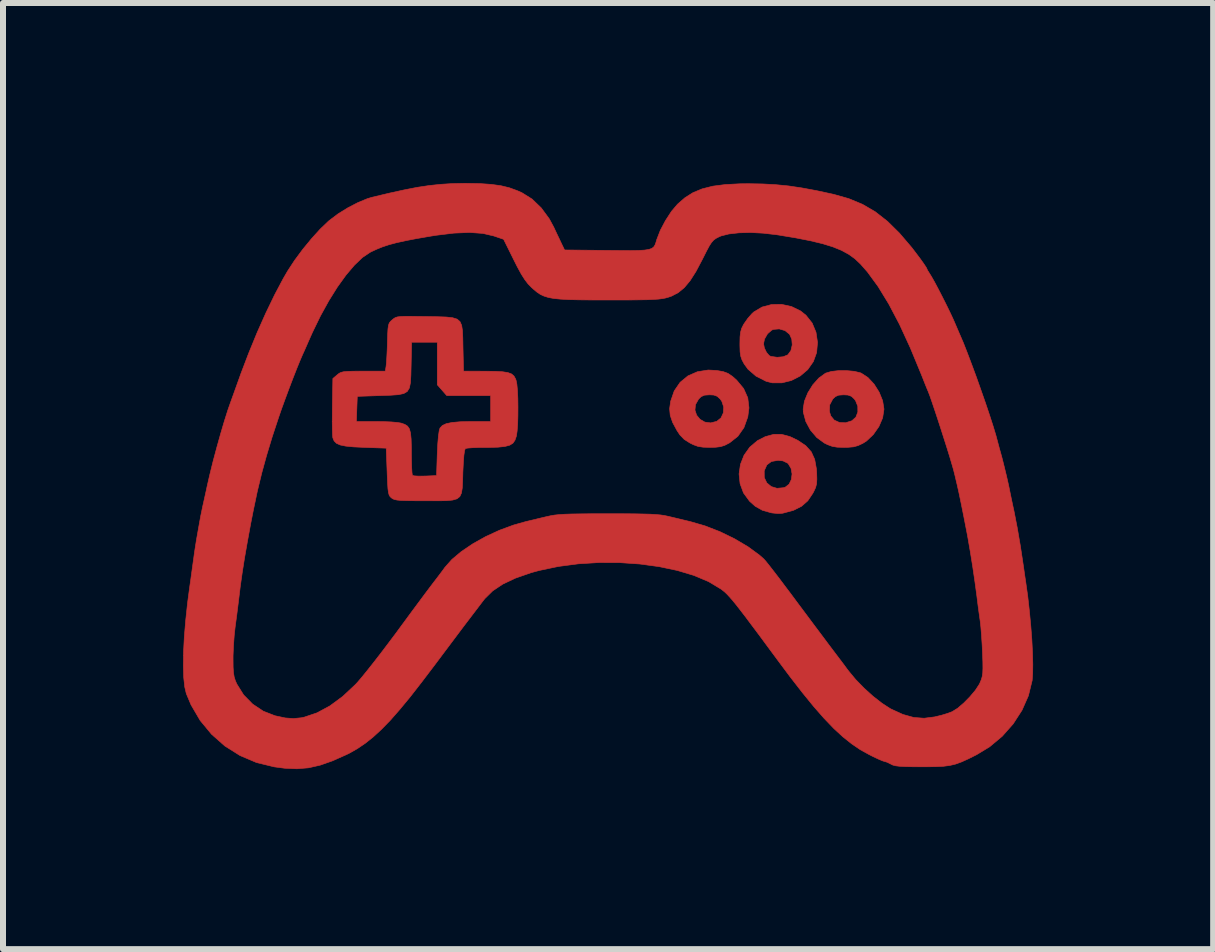
<source format=kicad_pcb>
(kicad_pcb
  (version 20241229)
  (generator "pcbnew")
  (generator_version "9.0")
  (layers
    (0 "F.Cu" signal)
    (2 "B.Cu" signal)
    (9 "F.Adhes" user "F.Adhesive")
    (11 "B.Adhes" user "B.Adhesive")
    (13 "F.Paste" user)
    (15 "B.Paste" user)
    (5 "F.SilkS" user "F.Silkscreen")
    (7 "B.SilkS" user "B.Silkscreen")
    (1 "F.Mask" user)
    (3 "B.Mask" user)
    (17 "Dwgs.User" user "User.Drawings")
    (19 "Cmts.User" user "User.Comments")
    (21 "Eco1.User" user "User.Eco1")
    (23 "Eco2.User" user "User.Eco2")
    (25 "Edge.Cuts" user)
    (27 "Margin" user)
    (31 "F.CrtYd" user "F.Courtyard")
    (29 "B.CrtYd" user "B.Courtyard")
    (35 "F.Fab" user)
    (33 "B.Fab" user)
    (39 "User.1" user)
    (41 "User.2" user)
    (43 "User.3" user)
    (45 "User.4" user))
  (footprint "controller"
    (layer "F.Cu")
    (at 7.081 4.887)
    (property "Reference" "controller" (at 0 0 0) (layer "F.Mask") (effects (font (size 1.524 1.524) (thickness 0.3))))
    (attr through_hole)
    (fp_poly (pts (xy 1.813 -1.764) (xy 1.919 -1.745) (xy 1.998 -1.716) (xy 2.072 -1.666) (xy 2.142 -1.604) (xy 2.259 -1.463) (xy 2.328 -1.309) (xy 2.348 -1.141) (xy 2.328 -0.99) (xy 2.264 -0.812) (xy 2.163 -0.668) (xy 2.025 -0.559) (xy 2.021 -0.557) (xy 1.944 -0.517) (xy 1.874 -0.495) (xy 1.791 -0.485) (xy 1.698 -0.483) (xy 1.585 -0.486) (xy 1.5 -0.499) (xy 1.423 -0.527) (xy 1.368 -0.554) (xy 1.27 -0.615) (xy 1.197 -0.691) (xy 1.149 -0.763) (xy 1.076 -0.899) (xy 1.036 -1.016) (xy 1.028 -1.104) (xy 1.448 -1.104) (xy 1.476 -1.019) (xy 1.533 -0.95) (xy 1.613 -0.904) (xy 1.71 -0.891) (xy 1.812 -0.917) (xy 1.882 -0.974) (xy 1.921 -1.058) (xy 1.927 -1.155) (xy 1.896 -1.249) (xy 1.869 -1.288) (xy 1.819 -1.334) (xy 1.762 -1.355) (xy 1.689 -1.359) (xy 1.607 -1.353) (xy 1.552 -1.329) (xy 1.509 -1.288) (xy 1.457 -1.196) (xy 1.448 -1.104) (xy 1.028 -1.104) (xy 1.026 -1.128) (xy 1.043 -1.251) (xy 1.103 -1.424) (xy 1.201 -1.567) (xy 1.331 -1.674) (xy 1.488 -1.743) (xy 1.669 -1.772) (xy 1.813 -1.764)) (stroke (width 0.01) (type solid)) (fill yes) (layer "F.Cu"))
    (fp_poly (pts (xy 3.03 -0.663) (xy 3.16 -0.601) (xy 3.293 -0.512) (xy 3.386 -0.409) (xy 3.443 -0.283) (xy 3.472 -0.123) (xy 3.476 -0.061) (xy 3.479 0.048) (xy 3.474 0.125) (xy 3.458 0.187) (xy 3.428 0.252) (xy 3.412 0.282) (xy 3.328 0.407) (xy 3.223 0.499) (xy 3.089 0.566) (xy 2.915 0.613) (xy 2.896 0.616) (xy 2.831 0.619) (xy 2.746 0.611) (xy 2.719 0.607) (xy 2.571 0.565) (xy 2.452 0.498) (xy 2.358 0.414) (xy 2.257 0.276) (xy 2.2 0.122) (xy 2.183 -0.04) (xy 2.19 -0.088) (xy 2.602 -0.088) (xy 2.603 0.02) (xy 2.645 0.108) (xy 2.719 0.17) (xy 2.815 0.199) (xy 2.925 0.189) (xy 2.953 0.18) (xy 3.016 0.131) (xy 3.054 0.053) (xy 3.066 -0.04) (xy 3.049 -0.133) (xy 3.003 -0.21) (xy 2.994 -0.219) (xy 2.915 -0.258) (xy 2.832 -0.267) (xy 2.722 -0.248) (xy 2.646 -0.191) (xy 2.604 -0.097) (xy 2.602 -0.088) (xy 2.19 -0.088) (xy 2.206 -0.2) (xy 2.266 -0.352) (xy 2.361 -0.486) (xy 2.489 -0.595) (xy 2.62 -0.662) (xy 2.76 -0.7) (xy 2.892 -0.7) (xy 3.03 -0.663)) (stroke (width 0.01) (type solid)) (fill yes) (layer "F.Cu"))
    (fp_poly (pts (xy 3.056 -2.83) (xy 3.208 -2.756) (xy 3.298 -2.684) (xy 3.401 -2.554) (xy 3.465 -2.4) (xy 3.49 -2.232) (xy 3.475 -2.062) (xy 3.421 -1.913) (xy 3.327 -1.779) (xy 3.201 -1.672) (xy 3.054 -1.597) (xy 2.896 -1.558) (xy 2.737 -1.558) (xy 2.634 -1.584) (xy 2.465 -1.67) (xy 2.332 -1.785) (xy 2.268 -1.873) (xy 2.232 -1.94) (xy 2.211 -2.002) (xy 2.2 -2.076) (xy 2.197 -2.179) (xy 2.197 -2.21) (xy 2.591 -2.21) (xy 2.605 -2.138) (xy 2.64 -2.066) (xy 2.685 -2.013) (xy 2.711 -1.999) (xy 2.818 -1.984) (xy 2.918 -1.993) (xy 2.993 -2.024) (xy 2.997 -2.027) (xy 3.047 -2.096) (xy 3.069 -2.19) (xy 3.061 -2.287) (xy 3.024 -2.368) (xy 2.948 -2.429) (xy 2.852 -2.457) (xy 2.756 -2.449) (xy 2.726 -2.436) (xy 2.657 -2.375) (xy 2.607 -2.288) (xy 2.591 -2.21) (xy 2.197 -2.21) (xy 2.199 -2.323) (xy 2.208 -2.402) (xy 2.226 -2.466) (xy 2.258 -2.53) (xy 2.267 -2.544) (xy 2.327 -2.63) (xy 2.397 -2.71) (xy 2.427 -2.738) (xy 2.566 -2.821) (xy 2.724 -2.863) (xy 2.891 -2.866) (xy 3.056 -2.83)) (stroke (width 0.01) (type solid)) (fill yes) (layer "F.Cu"))
    (fp_poly (pts (xy 4.103 -1.75) (xy 4.206 -1.725) (xy 4.22 -1.719) (xy 4.331 -1.646) (xy 4.433 -1.536) (xy 4.517 -1.403) (xy 4.575 -1.261) (xy 4.597 -1.123) (xy 4.597 -1.117) (xy 4.575 -0.974) (xy 4.513 -0.83) (xy 4.42 -0.697) (xy 4.306 -0.589) (xy 4.246 -0.551) (xy 4.166 -0.513) (xy 4.09 -0.492) (xy 3.996 -0.484) (xy 3.931 -0.483) (xy 3.819 -0.486) (xy 3.735 -0.5) (xy 3.657 -0.529) (xy 3.604 -0.555) (xy 3.478 -0.647) (xy 3.372 -0.771) (xy 3.295 -0.914) (xy 3.255 -1.063) (xy 3.254 -1.082) (xy 3.688 -1.082) (xy 3.711 -1.007) (xy 3.769 -0.937) (xy 3.855 -0.898) (xy 3.957 -0.893) (xy 4.062 -0.926) (xy 4.062 -0.926) (xy 4.129 -0.986) (xy 4.162 -1.072) (xy 4.161 -1.169) (xy 4.124 -1.261) (xy 4.104 -1.288) (xy 4.055 -1.334) (xy 3.997 -1.355) (xy 3.924 -1.359) (xy 3.842 -1.353) (xy 3.787 -1.329) (xy 3.744 -1.288) (xy 3.693 -1.191) (xy 3.688 -1.082) (xy 3.254 -1.082) (xy 3.251 -1.121) (xy 3.272 -1.252) (xy 3.329 -1.392) (xy 3.412 -1.526) (xy 3.513 -1.639) (xy 3.622 -1.718) (xy 3.629 -1.721) (xy 3.72 -1.748) (xy 3.842 -1.762) (xy 3.976 -1.762) (xy 4.103 -1.75)) (stroke (width 0.01) (type solid)) (fill yes) (layer "F.Cu"))
    (fp_poly (pts (xy -3.137 -2.664) (xy -3.032 -2.663) (xy -2.842 -2.66) (xy -2.696 -2.655) (xy -2.589 -2.643) (xy -2.515 -2.62) (xy -2.467 -2.579) (xy -2.439 -2.516) (xy -2.425 -2.425) (xy -2.42 -2.302) (xy -2.417 -2.146) (xy -2.408 -1.753) (xy -2.048 -1.752) (xy -1.881 -1.75) (xy -1.757 -1.743) (xy -1.668 -1.729) (xy -1.607 -1.706) (xy -1.567 -1.671) (xy -1.54 -1.622) (xy -1.532 -1.6) (xy -1.519 -1.534) (xy -1.509 -1.429) (xy -1.503 -1.298) (xy -1.501 -1.153) (xy -1.502 -1.006) (xy -1.506 -0.868) (xy -1.515 -0.753) (xy -1.527 -0.673) (xy -1.528 -0.669) (xy -1.551 -0.602) (xy -1.585 -0.553) (xy -1.64 -0.519) (xy -1.72 -0.498) (xy -1.835 -0.486) (xy -1.991 -0.482) (xy -2.038 -0.482) (xy -2.16 -0.481) (xy -2.265 -0.477) (xy -2.341 -0.471) (xy -2.377 -0.463) (xy -2.378 -0.463) (xy -2.39 -0.43) (xy -2.402 -0.35) (xy -2.411 -0.229) (xy -2.419 -0.07) (xy -2.419 -0.065) (xy -2.423 0.082) (xy -2.429 0.196) (xy -2.443 0.279) (xy -2.47 0.337) (xy -2.517 0.374) (xy -2.59 0.395) (xy -2.695 0.405) (xy -2.839 0.407) (xy -3.026 0.406) (xy -3.048 0.406) (xy -3.222 0.406) (xy -3.353 0.404) (xy -3.448 0.401) (xy -3.514 0.395) (xy -3.558 0.386) (xy -3.589 0.373) (xy -3.608 0.359) (xy -3.631 0.338) (xy -3.647 0.312) (xy -3.658 0.271) (xy -3.667 0.208) (xy -3.673 0.113) (xy -3.679 -0.02) (xy -3.681 -0.079) (xy -3.696 -0.47) (xy -4.065 -0.483) (xy -4.239 -0.491) (xy -4.37 -0.504) (xy -4.463 -0.523) (xy -4.525 -0.551) (xy -4.564 -0.59) (xy -4.585 -0.641) (xy -4.586 -0.644) (xy -4.59 -0.687) (xy -4.593 -0.772) (xy -4.595 -0.89) (xy -4.595 -0.914) (xy -4.193 -0.914) (xy -3.868 -0.914) (xy -3.735 -0.912) (xy -3.612 -0.907) (xy -3.512 -0.898) (xy -3.45 -0.888) (xy -3.449 -0.888) (xy -3.386 -0.866) (xy -3.341 -0.837) (xy -3.31 -0.792) (xy -3.291 -0.723) (xy -3.281 -0.623) (xy -3.277 -0.485) (xy -3.277 -0.392) (xy -3.275 -0.262) (xy -3.272 -0.15) (xy -3.267 -0.067) (xy -3.261 -0.021) (xy -3.259 -0.016) (xy -3.226 -0.008) (xy -3.157 -0.004) (xy -3.065 -0.005) (xy -3.049 -0.005) (xy -2.857 -0.013) (xy -2.845 -0.381) (xy -2.837 -0.543) (xy -2.826 -0.672) (xy -2.813 -0.762) (xy -2.8 -0.805) (xy -2.761 -0.847) (xy -2.696 -0.878) (xy -2.599 -0.898) (xy -2.463 -0.91) (xy -2.284 -0.914) (xy -2.267 -0.914) (xy -1.956 -0.914) (xy -1.956 -1.346) (xy -2.687 -1.346) (xy -2.845 -1.526) (xy -2.845 -2.235) (xy -3.273 -2.235) (xy -3.281 -1.855) (xy -3.285 -1.687) (xy -3.292 -1.562) (xy -3.31 -1.473) (xy -3.345 -1.415) (xy -3.404 -1.38) (xy -3.494 -1.361) (xy -3.621 -1.352) (xy -3.791 -1.346) (xy -3.792 -1.346) (xy -4.178 -1.333) (xy -4.186 -1.124) (xy -4.193 -0.914) (xy -4.595 -0.914) (xy -4.594 -1.029) (xy -4.593 -1.166) (xy -4.585 -1.63) (xy -4.513 -1.691) (xy -4.483 -1.715) (xy -4.451 -1.732) (xy -4.407 -1.743) (xy -4.343 -1.749) (xy -4.25 -1.752) (xy -4.117 -1.753) (xy -4.076 -1.753) (xy -3.711 -1.753) (xy -3.698 -1.835) (xy -3.692 -1.893) (xy -3.686 -1.988) (xy -3.68 -2.107) (xy -3.676 -2.232) (xy -3.672 -2.364) (xy -3.667 -2.454) (xy -3.659 -2.514) (xy -3.646 -2.553) (xy -3.625 -2.582) (xy -3.595 -2.609) (xy -3.569 -2.63) (xy -3.543 -2.646) (xy -3.508 -2.657) (xy -3.458 -2.663) (xy -3.385 -2.666) (xy -3.28 -2.666) (xy -3.137 -2.664)) (stroke (width 0.01) (type solid)) (fill yes) (layer "F.Cu"))
    (fp_poly (pts (xy -2.134 -4.878) (xy -1.946 -4.865) (xy -1.787 -4.843) (xy -1.646 -4.809) (xy -1.514 -4.761) (xy -1.435 -4.726) (xy -1.267 -4.621) (xy -1.113 -4.473) (xy -0.98 -4.292) (xy -0.905 -4.153) (xy -0.856 -4.048) (xy -0.809 -3.95) (xy -0.774 -3.875) (xy -0.767 -3.861) (xy -0.724 -3.772) (xy -0.015 -3.765) (xy 0.203 -3.763) (xy 0.376 -3.762) (xy 0.509 -3.764) (xy 0.608 -3.77) (xy 0.68 -3.781) (xy 0.729 -3.798) (xy 0.761 -3.822) (xy 0.782 -3.855) (xy 0.798 -3.898) (xy 0.811 -3.944) (xy 0.871 -4.099) (xy 0.957 -4.262) (xy 1.057 -4.416) (xy 1.159 -4.536) (xy 1.282 -4.643) (xy 1.415 -4.727) (xy 1.567 -4.79) (xy 1.744 -4.835) (xy 1.953 -4.862) (xy 2.201 -4.875) (xy 2.345 -4.876) (xy 2.579 -4.872) (xy 2.795 -4.86) (xy 3.008 -4.839) (xy 3.229 -4.806) (xy 3.472 -4.761) (xy 3.75 -4.701) (xy 3.759 -4.699) (xy 4.01 -4.628) (xy 4.239 -4.533) (xy 4.452 -4.409) (xy 4.655 -4.25) (xy 4.855 -4.053) (xy 5.059 -3.814) (xy 5.133 -3.717) (xy 5.203 -3.624) (xy 5.259 -3.545) (xy 5.296 -3.49) (xy 5.309 -3.467) (xy 5.322 -3.436) (xy 5.354 -3.385) (xy 5.356 -3.382) (xy 5.39 -3.327) (xy 5.441 -3.237) (xy 5.502 -3.122) (xy 5.568 -2.994) (xy 5.634 -2.863) (xy 5.694 -2.74) (xy 5.743 -2.636) (xy 5.763 -2.591) (xy 5.805 -2.493) (xy 5.847 -2.395) (xy 5.867 -2.349) (xy 5.922 -2.221) (xy 5.987 -2.055) (xy 6.06 -1.862) (xy 6.138 -1.651) (xy 6.215 -1.433) (xy 6.29 -1.219) (xy 6.357 -1.019) (xy 6.414 -0.843) (xy 6.457 -0.701) (xy 6.465 -0.673) (xy 6.487 -0.591) (xy 6.517 -0.478) (xy 6.551 -0.356) (xy 6.565 -0.305) (xy 6.601 -0.162) (xy 6.64 -0.001) (xy 6.674 0.149) (xy 6.68 0.178) (xy 6.707 0.312) (xy 6.737 0.455) (xy 6.764 0.58) (xy 6.77 0.61) (xy 6.818 0.857) (xy 6.869 1.154) (xy 6.908 1.41) (xy 6.926 1.532) (xy 6.944 1.659) (xy 6.96 1.764) (xy 6.96 1.765) (xy 6.993 2) (xy 7.02 2.242) (xy 7.043 2.485) (xy 7.061 2.719) (xy 7.072 2.936) (xy 7.077 3.129) (xy 7.075 3.288) (xy 7.066 3.405) (xy 7.065 3.406) (xy 7.004 3.655) (xy 6.897 3.897) (xy 6.75 4.124) (xy 6.568 4.33) (xy 6.356 4.507) (xy 6.14 4.638) (xy 6.002 4.707) (xy 5.889 4.758) (xy 5.79 4.794) (xy 5.693 4.817) (xy 5.584 4.831) (xy 5.453 4.837) (xy 5.286 4.839) (xy 5.232 4.839) (xy 5.066 4.838) (xy 4.942 4.835) (xy 4.852 4.83) (xy 4.789 4.822) (xy 4.744 4.81) (xy 4.712 4.794) (xy 4.652 4.764) (xy 4.608 4.75) (xy 4.605 4.75) (xy 4.571 4.739) (xy 4.503 4.71) (xy 4.412 4.667) (xy 4.351 4.636) (xy 4.204 4.555) (xy 4.06 4.457) (xy 3.913 4.34) (xy 3.761 4.2) (xy 3.601 4.033) (xy 3.428 3.836) (xy 3.239 3.604) (xy 3.031 3.336) (xy 2.854 3.099) (xy 2.674 2.856) (xy 2.522 2.65) (xy 2.393 2.478) (xy 2.287 2.336) (xy 2.199 2.222) (xy 2.127 2.13) (xy 2.068 2.058) (xy 2.019 2.003) (xy 1.978 1.959) (xy 1.942 1.925) (xy 1.907 1.897) (xy 1.879 1.876) (xy 1.676 1.754) (xy 1.432 1.651) (xy 1.155 1.568) (xy 0.851 1.504) (xy 0.527 1.46) (xy 0.19 1.437) (xy -0.152 1.436) (xy -0.494 1.457) (xy -0.828 1.501) (xy -1.147 1.568) (xy -1.282 1.605) (xy -1.541 1.695) (xy -1.753 1.795) (xy -1.922 1.908) (xy -2.052 2.036) (xy -2.07 2.058) (xy -2.408 2.502) (xy -2.726 2.926) (xy -2.884 3.137) (xy -3.102 3.424) (xy -3.295 3.672) (xy -3.47 3.884) (xy -3.628 4.064) (xy -3.775 4.215) (xy -3.913 4.342) (xy -4.046 4.448) (xy -4.177 4.537) (xy -4.311 4.613) (xy -4.356 4.635) (xy -4.589 4.739) (xy -4.797 4.812) (xy -4.991 4.856) (xy -5.184 4.872) (xy -5.389 4.863) (xy -5.563 4.84) (xy -5.858 4.768) (xy -6.133 4.651) (xy -6.384 4.493) (xy -6.606 4.297) (xy -6.796 4.067) (xy -6.948 3.807) (xy -7.027 3.619) (xy -7.053 3.508) (xy -7.07 3.352) (xy -7.076 3.157) (xy -7.074 3.048) (xy -6.248 3.048) (xy -6.247 3.178) (xy -6.241 3.271) (xy -6.229 3.343) (xy -6.209 3.406) (xy -6.184 3.462) (xy -6.072 3.641) (xy -5.922 3.794) (xy -5.743 3.913) (xy -5.545 3.99) (xy -5.541 3.99) (xy -5.379 4.025) (xy -5.242 4.035) (xy -5.109 4.022) (xy -5.059 4.011) (xy -4.849 3.94) (xy -4.634 3.824) (xy -4.42 3.666) (xy -4.212 3.471) (xy -4.171 3.427) (xy -4.107 3.352) (xy -4.019 3.244) (xy -3.912 3.109) (xy -3.793 2.956) (xy -3.668 2.791) (xy -3.541 2.622) (xy -3.42 2.457) (xy -3.416 2.452) (xy -3.333 2.339) (xy -3.241 2.214) (xy -3.145 2.085) (xy -3.053 1.961) (xy -2.969 1.849) (xy -2.9 1.758) (xy -2.852 1.696) (xy -2.837 1.676) (xy -2.806 1.635) (xy -2.757 1.57) (xy -2.718 1.516) (xy -2.602 1.385) (xy -2.445 1.253) (xy -2.254 1.124) (xy -2.04 1.004) (xy -1.81 0.898) (xy -1.574 0.811) (xy -1.372 0.754) (xy -1.258 0.727) (xy -1.126 0.695) (xy -1.016 0.669) (xy -0.956 0.656) (xy -0.892 0.645) (xy -0.816 0.637) (xy -0.724 0.631) (xy -0.607 0.627) (xy -0.461 0.625) (xy -0.278 0.623) (xy -0.052 0.623) (xy 0 0.623) (xy 0.236 0.623) (xy 0.427 0.624) (xy 0.58 0.627) (xy 0.702 0.63) (xy 0.799 0.636) (xy 0.877 0.643) (xy 0.943 0.653) (xy 1.004 0.666) (xy 1.016 0.669) (xy 1.139 0.698) (xy 1.271 0.73) (xy 1.372 0.754) (xy 1.616 0.825) (xy 1.866 0.922) (xy 2.108 1.04) (xy 2.33 1.171) (xy 2.52 1.31) (xy 2.596 1.377) (xy 2.628 1.413) (xy 2.685 1.484) (xy 2.762 1.583) (xy 2.855 1.704) (xy 2.957 1.84) (xy 3.035 1.943) (xy 3.158 2.109) (xy 3.289 2.284) (xy 3.418 2.457) (xy 3.538 2.617) (xy 3.639 2.752) (xy 3.668 2.791) (xy 3.761 2.914) (xy 3.85 3.032) (xy 3.928 3.135) (xy 3.986 3.214) (xy 4.009 3.244) (xy 4.124 3.383) (xy 4.264 3.527) (xy 4.414 3.663) (xy 4.564 3.78) (xy 4.699 3.868) (xy 4.716 3.877) (xy 4.913 3.967) (xy 5.093 4.017) (xy 5.266 4.03) (xy 5.446 4.007) (xy 5.448 4.006) (xy 5.556 3.98) (xy 5.658 3.949) (xy 5.732 3.921) (xy 5.734 3.92) (xy 5.824 3.864) (xy 5.927 3.776) (xy 6.03 3.671) (xy 6.121 3.563) (xy 6.186 3.463) (xy 6.196 3.442) (xy 6.219 3.387) (xy 6.234 3.336) (xy 6.243 3.277) (xy 6.246 3.199) (xy 6.245 3.091) (xy 6.24 2.959) (xy 6.233 2.807) (xy 6.223 2.653) (xy 6.212 2.513) (xy 6.2 2.406) (xy 6.199 2.4) (xy 6.18 2.266) (xy 6.16 2.116) (xy 6.145 1.994) (xy 6.113 1.758) (xy 6.076 1.506) (xy 6.036 1.257) (xy 5.997 1.031) (xy 5.98 0.94) (xy 5.929 0.678) (xy 5.885 0.459) (xy 5.847 0.275) (xy 5.812 0.12) (xy 5.78 -0.015) (xy 5.755 -0.114) (xy 5.729 -0.204) (xy 5.693 -0.326) (xy 5.648 -0.471) (xy 5.597 -0.631) (xy 5.544 -0.797) (xy 5.491 -0.96) (xy 5.441 -1.111) (xy 5.397 -1.241) (xy 5.362 -1.342) (xy 5.338 -1.404) (xy 5.336 -1.41) (xy 5.317 -1.454) (xy 5.285 -1.533) (xy 5.245 -1.634) (xy 5.218 -1.702) (xy 5.036 -2.142) (xy 4.856 -2.533) (xy 4.677 -2.873) (xy 4.499 -3.164) (xy 4.322 -3.406) (xy 4.206 -3.538) (xy 4.114 -3.625) (xy 4.01 -3.7) (xy 3.889 -3.766) (xy 3.746 -3.824) (xy 3.574 -3.877) (xy 3.369 -3.926) (xy 3.125 -3.974) (xy 2.836 -4.022) (xy 2.801 -4.027) (xy 2.584 -4.052) (xy 2.375 -4.063) (xy 2.181 -4.058) (xy 2.014 -4.039) (xy 1.883 -4.006) (xy 1.847 -3.99) (xy 1.798 -3.965) (xy 1.76 -3.937) (xy 1.725 -3.898) (xy 1.687 -3.84) (xy 1.641 -3.754) (xy 1.579 -3.631) (xy 1.569 -3.611) (xy 1.465 -3.414) (xy 1.367 -3.26) (xy 1.27 -3.144) (xy 1.169 -3.061) (xy 1.058 -3.003) (xy 1.002 -2.984) (xy 0.955 -2.971) (xy 0.902 -2.961) (xy 0.837 -2.953) (xy 0.755 -2.948) (xy 0.649 -2.943) (xy 0.514 -2.941) (xy 0.343 -2.939) (xy 0.13 -2.939) (xy 0 -2.939) (xy -0.26 -2.939) (xy -0.475 -2.941) (xy -0.651 -2.945) (xy -0.792 -2.953) (xy -0.905 -2.964) (xy -0.995 -2.981) (xy -1.068 -3.004) (xy -1.13 -3.033) (xy -1.186 -3.071) (xy -1.241 -3.117) (xy -1.272 -3.145) (xy -1.332 -3.206) (xy -1.387 -3.278) (xy -1.445 -3.369) (xy -1.511 -3.49) (xy -1.57 -3.607) (xy -1.74 -3.95) (xy -1.905 -4.006) (xy -2.086 -4.048) (xy -2.307 -4.064) (xy -2.568 -4.053) (xy -2.871 -4.016) (xy -2.969 -4) (xy -3.194 -3.961) (xy -3.376 -3.926) (xy -3.525 -3.893) (xy -3.649 -3.86) (xy -3.755 -3.825) (xy -3.852 -3.786) (xy -3.949 -3.741) (xy -3.967 -3.731) (xy -4.091 -3.648) (xy -4.225 -3.52) (xy -4.366 -3.354) (xy -4.51 -3.154) (xy -4.653 -2.925) (xy -4.792 -2.673) (xy -4.924 -2.402) (xy -4.957 -2.328) (xy -5.005 -2.219) (xy -5.054 -2.107) (xy -5.094 -2.019) (xy -5.135 -1.923) (xy -5.189 -1.79) (xy -5.251 -1.632) (xy -5.316 -1.461) (xy -5.38 -1.289) (xy -5.439 -1.127) (xy -5.486 -0.991) (xy -5.597 -0.655) (xy -5.69 -0.347) (xy -5.771 -0.052) (xy -5.844 0.25) (xy -5.912 0.574) (xy -5.954 0.787) (xy -6.01 1.093) (xy -6.057 1.361) (xy -6.095 1.603) (xy -6.127 1.829) (xy -6.147 1.994) (xy -6.165 2.141) (xy -6.186 2.308) (xy -6.207 2.466) (xy -6.213 2.509) (xy -6.229 2.656) (xy -6.241 2.825) (xy -6.248 2.988) (xy -6.248 3.048) (xy -7.074 3.048) (xy -7.073 2.931) (xy -7.06 2.677) (xy -7.037 2.401) (xy -7.006 2.11) (xy -6.972 1.854) (xy -6.952 1.714) (xy -6.931 1.561) (xy -6.912 1.423) (xy -6.908 1.397) (xy -6.892 1.278) (xy -6.874 1.16) (xy -6.859 1.066) (xy -6.857 1.054) (xy -6.827 0.884) (xy -6.804 0.755) (xy -6.786 0.656) (xy -6.77 0.579) (xy -6.757 0.514) (xy -6.744 0.457) (xy -6.72 0.349) (xy -6.693 0.227) (xy -6.68 0.165) (xy -6.635 -0.031) (xy -6.581 -0.25) (xy -6.519 -0.481) (xy -6.455 -0.71) (xy -6.392 -0.923) (xy -6.333 -1.109) (xy -6.299 -1.206) (xy -6.274 -1.276) (xy -6.236 -1.381) (xy -6.19 -1.509) (xy -6.14 -1.648) (xy -6.121 -1.702) (xy -5.988 -2.051) (xy -5.847 -2.395) (xy -5.701 -2.723) (xy -5.554 -3.027) (xy -5.412 -3.295) (xy -5.339 -3.421) (xy -5.224 -3.597) (xy -5.087 -3.782) (xy -4.94 -3.961) (xy -4.794 -4.122) (xy -4.657 -4.253) (xy -4.64 -4.267) (xy -4.498 -4.374) (xy -4.335 -4.475) (xy -4.167 -4.562) (xy -4.01 -4.627) (xy -3.937 -4.649) (xy -3.648 -4.718) (xy -3.398 -4.773) (xy -3.178 -4.816) (xy -2.978 -4.846) (xy -2.788 -4.866) (xy -2.6 -4.878) (xy -2.404 -4.882) (xy -2.362 -4.882) (xy -2.134 -4.878)) (stroke (width 0.01) (type solid)) (fill yes) (layer "F.Cu"))
    (fp_poly (pts (xy 1.813 -1.764) (xy 1.919 -1.745) (xy 1.998 -1.716) (xy 2.072 -1.666) (xy 2.142 -1.604) (xy 2.259 -1.463) (xy 2.328 -1.309) (xy 2.348 -1.141) (xy 2.328 -0.99) (xy 2.264 -0.812) (xy 2.163 -0.668) (xy 2.025 -0.559) (xy 2.021 -0.557) (xy 1.944 -0.517) (xy 1.874 -0.495) (xy 1.791 -0.485) (xy 1.698 -0.483) (xy 1.585 -0.486) (xy 1.5 -0.499) (xy 1.423 -0.527) (xy 1.368 -0.554) (xy 1.27 -0.615) (xy 1.197 -0.691) (xy 1.149 -0.763) (xy 1.076 -0.899) (xy 1.036 -1.016) (xy 1.028 -1.104) (xy 1.448 -1.104) (xy 1.476 -1.019) (xy 1.533 -0.95) (xy 1.613 -0.904) (xy 1.71 -0.891) (xy 1.812 -0.917) (xy 1.882 -0.974) (xy 1.921 -1.058) (xy 1.927 -1.155) (xy 1.896 -1.249) (xy 1.869 -1.288) (xy 1.819 -1.334) (xy 1.762 -1.355) (xy 1.689 -1.359) (xy 1.607 -1.353) (xy 1.552 -1.329) (xy 1.509 -1.288) (xy 1.457 -1.196) (xy 1.448 -1.104) (xy 1.028 -1.104) (xy 1.026 -1.128) (xy 1.043 -1.251) (xy 1.103 -1.424) (xy 1.201 -1.567) (xy 1.331 -1.674) (xy 1.488 -1.743) (xy 1.669 -1.772) (xy 1.813 -1.764)) (stroke (width 0.01) (type solid)) (fill yes) (layer "F.Mask"))
    (fp_poly (pts (xy 3.03 -0.663) (xy 3.16 -0.601) (xy 3.293 -0.512) (xy 3.386 -0.409) (xy 3.443 -0.283) (xy 3.472 -0.123) (xy 3.476 -0.061) (xy 3.479 0.048) (xy 3.474 0.125) (xy 3.458 0.187) (xy 3.428 0.252) (xy 3.412 0.282) (xy 3.328 0.407) (xy 3.223 0.499) (xy 3.089 0.566) (xy 2.915 0.613) (xy 2.896 0.616) (xy 2.831 0.619) (xy 2.746 0.611) (xy 2.719 0.607) (xy 2.571 0.565) (xy 2.452 0.498) (xy 2.358 0.414) (xy 2.257 0.276) (xy 2.2 0.122) (xy 2.183 -0.04) (xy 2.19 -0.088) (xy 2.602 -0.088) (xy 2.603 0.02) (xy 2.645 0.108) (xy 2.719 0.17) (xy 2.815 0.199) (xy 2.925 0.189) (xy 2.953 0.18) (xy 3.016 0.131) (xy 3.054 0.053) (xy 3.066 -0.04) (xy 3.049 -0.133) (xy 3.003 -0.21) (xy 2.994 -0.219) (xy 2.915 -0.258) (xy 2.832 -0.267) (xy 2.722 -0.248) (xy 2.646 -0.191) (xy 2.604 -0.097) (xy 2.602 -0.088) (xy 2.19 -0.088) (xy 2.206 -0.2) (xy 2.266 -0.352) (xy 2.361 -0.486) (xy 2.489 -0.595) (xy 2.62 -0.662) (xy 2.76 -0.7) (xy 2.892 -0.7) (xy 3.03 -0.663)) (stroke (width 0.01) (type solid)) (fill yes) (layer "F.Mask"))
    (fp_poly (pts (xy 3.056 -2.83) (xy 3.208 -2.756) (xy 3.298 -2.684) (xy 3.401 -2.554) (xy 3.465 -2.4) (xy 3.49 -2.232) (xy 3.475 -2.062) (xy 3.421 -1.913) (xy 3.327 -1.779) (xy 3.201 -1.672) (xy 3.054 -1.597) (xy 2.896 -1.558) (xy 2.737 -1.558) (xy 2.634 -1.584) (xy 2.465 -1.67) (xy 2.332 -1.785) (xy 2.268 -1.873) (xy 2.232 -1.94) (xy 2.211 -2.002) (xy 2.2 -2.076) (xy 2.197 -2.179) (xy 2.197 -2.21) (xy 2.591 -2.21) (xy 2.605 -2.138) (xy 2.64 -2.066) (xy 2.685 -2.013) (xy 2.711 -1.999) (xy 2.818 -1.984) (xy 2.918 -1.993) (xy 2.993 -2.024) (xy 2.997 -2.027) (xy 3.047 -2.096) (xy 3.069 -2.19) (xy 3.061 -2.287) (xy 3.024 -2.368) (xy 2.948 -2.429) (xy 2.852 -2.457) (xy 2.756 -2.449) (xy 2.726 -2.436) (xy 2.657 -2.375) (xy 2.607 -2.288) (xy 2.591 -2.21) (xy 2.197 -2.21) (xy 2.199 -2.323) (xy 2.208 -2.402) (xy 2.226 -2.466) (xy 2.258 -2.53) (xy 2.267 -2.544) (xy 2.327 -2.63) (xy 2.397 -2.71) (xy 2.427 -2.738) (xy 2.566 -2.821) (xy 2.724 -2.863) (xy 2.891 -2.866) (xy 3.056 -2.83)) (stroke (width 0.01) (type solid)) (fill yes) (layer "F.Mask"))
    (fp_poly (pts (xy 4.103 -1.75) (xy 4.206 -1.725) (xy 4.22 -1.719) (xy 4.331 -1.646) (xy 4.433 -1.536) (xy 4.517 -1.403) (xy 4.575 -1.261) (xy 4.597 -1.123) (xy 4.597 -1.117) (xy 4.575 -0.974) (xy 4.513 -0.83) (xy 4.42 -0.697) (xy 4.306 -0.589) (xy 4.246 -0.551) (xy 4.166 -0.513) (xy 4.09 -0.492) (xy 3.996 -0.484) (xy 3.931 -0.483) (xy 3.819 -0.486) (xy 3.735 -0.5) (xy 3.657 -0.529) (xy 3.604 -0.555) (xy 3.478 -0.647) (xy 3.372 -0.771) (xy 3.295 -0.914) (xy 3.255 -1.063) (xy 3.254 -1.082) (xy 3.688 -1.082) (xy 3.711 -1.007) (xy 3.769 -0.937) (xy 3.855 -0.898) (xy 3.957 -0.893) (xy 4.062 -0.926) (xy 4.062 -0.926) (xy 4.129 -0.986) (xy 4.162 -1.072) (xy 4.161 -1.169) (xy 4.124 -1.261) (xy 4.104 -1.288) (xy 4.055 -1.334) (xy 3.997 -1.355) (xy 3.924 -1.359) (xy 3.842 -1.353) (xy 3.787 -1.329) (xy 3.744 -1.288) (xy 3.693 -1.191) (xy 3.688 -1.082) (xy 3.254 -1.082) (xy 3.251 -1.121) (xy 3.272 -1.252) (xy 3.329 -1.392) (xy 3.412 -1.526) (xy 3.513 -1.639) (xy 3.622 -1.718) (xy 3.629 -1.721) (xy 3.72 -1.748) (xy 3.842 -1.762) (xy 3.976 -1.762) (xy 4.103 -1.75)) (stroke (width 0.01) (type solid)) (fill yes) (layer "F.Mask"))
    (fp_poly (pts (xy -3.137 -2.664) (xy -3.032 -2.663) (xy -2.842 -2.66) (xy -2.696 -2.655) (xy -2.589 -2.643) (xy -2.515 -2.62) (xy -2.467 -2.579) (xy -2.439 -2.516) (xy -2.425 -2.425) (xy -2.42 -2.302) (xy -2.417 -2.146) (xy -2.408 -1.753) (xy -2.048 -1.752) (xy -1.881 -1.75) (xy -1.757 -1.743) (xy -1.668 -1.729) (xy -1.607 -1.706) (xy -1.567 -1.671) (xy -1.54 -1.622) (xy -1.532 -1.6) (xy -1.519 -1.534) (xy -1.509 -1.429) (xy -1.503 -1.298) (xy -1.501 -1.153) (xy -1.502 -1.006) (xy -1.506 -0.868) (xy -1.515 -0.753) (xy -1.527 -0.673) (xy -1.528 -0.669) (xy -1.551 -0.602) (xy -1.585 -0.553) (xy -1.64 -0.519) (xy -1.72 -0.498) (xy -1.835 -0.486) (xy -1.991 -0.482) (xy -2.038 -0.482) (xy -2.16 -0.481) (xy -2.265 -0.477) (xy -2.341 -0.471) (xy -2.377 -0.463) (xy -2.378 -0.463) (xy -2.39 -0.43) (xy -2.402 -0.35) (xy -2.411 -0.229) (xy -2.419 -0.07) (xy -2.419 -0.065) (xy -2.423 0.082) (xy -2.429 0.196) (xy -2.443 0.279) (xy -2.47 0.337) (xy -2.517 0.374) (xy -2.59 0.395) (xy -2.695 0.405) (xy -2.839 0.407) (xy -3.026 0.406) (xy -3.048 0.406) (xy -3.222 0.406) (xy -3.353 0.404) (xy -3.448 0.401) (xy -3.514 0.395) (xy -3.558 0.386) (xy -3.589 0.373) (xy -3.608 0.359) (xy -3.631 0.338) (xy -3.647 0.312) (xy -3.658 0.271) (xy -3.667 0.208) (xy -3.673 0.113) (xy -3.679 -0.02) (xy -3.681 -0.079) (xy -3.696 -0.47) (xy -4.065 -0.483) (xy -4.239 -0.491) (xy -4.37 -0.504) (xy -4.463 -0.523) (xy -4.525 -0.551) (xy -4.564 -0.59) (xy -4.585 -0.641) (xy -4.586 -0.644) (xy -4.59 -0.687) (xy -4.593 -0.772) (xy -4.595 -0.89) (xy -4.595 -0.914) (xy -4.193 -0.914) (xy -3.868 -0.914) (xy -3.735 -0.912) (xy -3.612 -0.907) (xy -3.512 -0.898) (xy -3.45 -0.888) (xy -3.449 -0.888) (xy -3.386 -0.866) (xy -3.341 -0.837) (xy -3.31 -0.792) (xy -3.291 -0.723) (xy -3.281 -0.623) (xy -3.277 -0.485) (xy -3.277 -0.392) (xy -3.275 -0.262) (xy -3.272 -0.15) (xy -3.267 -0.067) (xy -3.261 -0.021) (xy -3.259 -0.016) (xy -3.226 -0.008) (xy -3.157 -0.004) (xy -3.065 -0.005) (xy -3.049 -0.005) (xy -2.857 -0.013) (xy -2.845 -0.381) (xy -2.837 -0.543) (xy -2.826 -0.672) (xy -2.813 -0.762) (xy -2.8 -0.805) (xy -2.761 -0.847) (xy -2.696 -0.878) (xy -2.599 -0.898) (xy -2.463 -0.91) (xy -2.284 -0.914) (xy -2.267 -0.914) (xy -1.956 -0.914) (xy -1.956 -1.346) (xy -2.687 -1.346) (xy -2.845 -1.526) (xy -2.845 -2.235) (xy -3.273 -2.235) (xy -3.281 -1.855) (xy -3.285 -1.687) (xy -3.292 -1.562) (xy -3.31 -1.473) (xy -3.345 -1.415) (xy -3.404 -1.38) (xy -3.494 -1.361) (xy -3.621 -1.352) (xy -3.791 -1.346) (xy -3.792 -1.346) (xy -4.178 -1.333) (xy -4.186 -1.124) (xy -4.193 -0.914) (xy -4.595 -0.914) (xy -4.594 -1.029) (xy -4.593 -1.166) (xy -4.585 -1.63) (xy -4.513 -1.691) (xy -4.483 -1.715) (xy -4.451 -1.732) (xy -4.407 -1.743) (xy -4.343 -1.749) (xy -4.25 -1.752) (xy -4.117 -1.753) (xy -4.076 -1.753) (xy -3.711 -1.753) (xy -3.698 -1.835) (xy -3.692 -1.893) (xy -3.686 -1.988) (xy -3.68 -2.107) (xy -3.676 -2.232) (xy -3.672 -2.364) (xy -3.667 -2.454) (xy -3.659 -2.514) (xy -3.646 -2.553) (xy -3.625 -2.582) (xy -3.595 -2.609) (xy -3.569 -2.63) (xy -3.543 -2.646) (xy -3.508 -2.657) (xy -3.458 -2.663) (xy -3.385 -2.666) (xy -3.28 -2.666) (xy -3.137 -2.664)) (stroke (width 0.01) (type solid)) (fill yes) (layer "F.Mask"))
    (fp_poly (pts (xy -2.134 -4.878) (xy -1.946 -4.865) (xy -1.787 -4.843) (xy -1.646 -4.809) (xy -1.514 -4.761) (xy -1.435 -4.726) (xy -1.267 -4.621) (xy -1.113 -4.473) (xy -0.98 -4.292) (xy -0.905 -4.153) (xy -0.856 -4.048) (xy -0.809 -3.95) (xy -0.774 -3.875) (xy -0.767 -3.861) (xy -0.724 -3.772) (xy -0.015 -3.765) (xy 0.203 -3.763) (xy 0.376 -3.762) (xy 0.509 -3.764) (xy 0.608 -3.77) (xy 0.68 -3.781) (xy 0.729 -3.798) (xy 0.761 -3.822) (xy 0.782 -3.855) (xy 0.798 -3.898) (xy 0.811 -3.944) (xy 0.871 -4.099) (xy 0.957 -4.262) (xy 1.057 -4.416) (xy 1.159 -4.536) (xy 1.282 -4.643) (xy 1.415 -4.727) (xy 1.567 -4.79) (xy 1.744 -4.835) (xy 1.953 -4.862) (xy 2.201 -4.875) (xy 2.345 -4.876) (xy 2.579 -4.872) (xy 2.795 -4.86) (xy 3.008 -4.839) (xy 3.229 -4.806) (xy 3.472 -4.761) (xy 3.75 -4.701) (xy 3.759 -4.699) (xy 4.01 -4.628) (xy 4.239 -4.533) (xy 4.452 -4.409) (xy 4.655 -4.25) (xy 4.855 -4.053) (xy 5.059 -3.814) (xy 5.133 -3.717) (xy 5.203 -3.624) (xy 5.259 -3.545) (xy 5.296 -3.49) (xy 5.309 -3.467) (xy 5.322 -3.436) (xy 5.354 -3.385) (xy 5.356 -3.382) (xy 5.39 -3.327) (xy 5.441 -3.237) (xy 5.502 -3.122) (xy 5.568 -2.994) (xy 5.634 -2.863) (xy 5.694 -2.74) (xy 5.743 -2.636) (xy 5.763 -2.591) (xy 5.805 -2.493) (xy 5.847 -2.395) (xy 5.867 -2.349) (xy 5.922 -2.221) (xy 5.987 -2.055) (xy 6.06 -1.862) (xy 6.138 -1.651) (xy 6.215 -1.433) (xy 6.29 -1.219) (xy 6.357 -1.019) (xy 6.414 -0.843) (xy 6.457 -0.701) (xy 6.465 -0.673) (xy 6.487 -0.591) (xy 6.517 -0.478) (xy 6.551 -0.356) (xy 6.565 -0.305) (xy 6.601 -0.162) (xy 6.64 -0.001) (xy 6.674 0.149) (xy 6.68 0.178) (xy 6.707 0.312) (xy 6.737 0.455) (xy 6.764 0.58) (xy 6.77 0.61) (xy 6.818 0.857) (xy 6.869 1.154) (xy 6.908 1.41) (xy 6.926 1.532) (xy 6.944 1.659) (xy 6.96 1.764) (xy 6.96 1.765) (xy 6.993 2) (xy 7.02 2.242) (xy 7.043 2.485) (xy 7.061 2.719) (xy 7.072 2.936) (xy 7.077 3.129) (xy 7.075 3.288) (xy 7.066 3.405) (xy 7.065 3.406) (xy 7.004 3.655) (xy 6.897 3.897) (xy 6.75 4.124) (xy 6.568 4.33) (xy 6.356 4.507) (xy 6.14 4.638) (xy 6.002 4.707) (xy 5.889 4.758) (xy 5.79 4.794) (xy 5.693 4.817) (xy 5.584 4.831) (xy 5.453 4.837) (xy 5.286 4.839) (xy 5.232 4.839) (xy 5.066 4.838) (xy 4.942 4.835) (xy 4.852 4.83) (xy 4.789 4.822) (xy 4.744 4.81) (xy 4.712 4.794) (xy 4.652 4.764) (xy 4.608 4.75) (xy 4.605 4.75) (xy 4.571 4.739) (xy 4.503 4.71) (xy 4.412 4.667) (xy 4.351 4.636) (xy 4.204 4.555) (xy 4.06 4.457) (xy 3.913 4.34) (xy 3.761 4.2) (xy 3.601 4.033) (xy 3.428 3.836) (xy 3.239 3.604) (xy 3.031 3.336) (xy 2.854 3.099) (xy 2.674 2.856) (xy 2.522 2.65) (xy 2.393 2.478) (xy 2.287 2.336) (xy 2.199 2.222) (xy 2.127 2.13) (xy 2.068 2.058) (xy 2.019 2.003) (xy 1.978 1.959) (xy 1.942 1.925) (xy 1.907 1.897) (xy 1.879 1.876) (xy 1.676 1.754) (xy 1.432 1.651) (xy 1.155 1.568) (xy 0.851 1.504) (xy 0.527 1.46) (xy 0.19 1.437) (xy -0.152 1.436) (xy -0.494 1.457) (xy -0.828 1.501) (xy -1.147 1.568) (xy -1.282 1.605) (xy -1.541 1.695) (xy -1.753 1.795) (xy -1.922 1.908) (xy -2.052 2.036) (xy -2.07 2.058) (xy -2.408 2.502) (xy -2.726 2.926) (xy -2.884 3.137) (xy -3.102 3.424) (xy -3.295 3.672) (xy -3.47 3.884) (xy -3.628 4.064) (xy -3.775 4.215) (xy -3.913 4.342) (xy -4.046 4.448) (xy -4.177 4.537) (xy -4.311 4.613) (xy -4.356 4.635) (xy -4.589 4.739) (xy -4.797 4.812) (xy -4.991 4.856) (xy -5.184 4.872) (xy -5.389 4.863) (xy -5.563 4.84) (xy -5.858 4.768) (xy -6.133 4.651) (xy -6.384 4.493) (xy -6.606 4.297) (xy -6.796 4.067) (xy -6.948 3.807) (xy -7.027 3.619) (xy -7.053 3.508) (xy -7.07 3.352) (xy -7.076 3.157) (xy -7.074 3.048) (xy -6.248 3.048) (xy -6.247 3.178) (xy -6.241 3.271) (xy -6.229 3.343) (xy -6.209 3.406) (xy -6.184 3.462) (xy -6.072 3.641) (xy -5.922 3.794) (xy -5.743 3.913) (xy -5.545 3.99) (xy -5.541 3.99) (xy -5.379 4.025) (xy -5.242 4.035) (xy -5.109 4.022) (xy -5.059 4.011) (xy -4.849 3.94) (xy -4.634 3.824) (xy -4.42 3.666) (xy -4.212 3.471) (xy -4.171 3.427) (xy -4.107 3.352) (xy -4.019 3.244) (xy -3.912 3.109) (xy -3.793 2.956) (xy -3.668 2.791) (xy -3.541 2.622) (xy -3.42 2.457) (xy -3.416 2.452) (xy -3.333 2.339) (xy -3.241 2.214) (xy -3.145 2.085) (xy -3.053 1.961) (xy -2.969 1.849) (xy -2.9 1.758) (xy -2.852 1.696) (xy -2.837 1.676) (xy -2.806 1.635) (xy -2.757 1.57) (xy -2.718 1.516) (xy -2.602 1.385) (xy -2.445 1.253) (xy -2.254 1.124) (xy -2.04 1.004) (xy -1.81 0.898) (xy -1.574 0.811) (xy -1.372 0.754) (xy -1.258 0.727) (xy -1.126 0.695) (xy -1.016 0.669) (xy -0.956 0.656) (xy -0.892 0.645) (xy -0.816 0.637) (xy -0.724 0.631) (xy -0.607 0.627) (xy -0.461 0.625) (xy -0.278 0.623) (xy -0.052 0.623) (xy 0 0.623) (xy 0.236 0.623) (xy 0.427 0.624) (xy 0.58 0.627) (xy 0.702 0.63) (xy 0.799 0.636) (xy 0.877 0.643) (xy 0.943 0.653) (xy 1.004 0.666) (xy 1.016 0.669) (xy 1.139 0.698) (xy 1.271 0.73) (xy 1.372 0.754) (xy 1.616 0.825) (xy 1.866 0.922) (xy 2.108 1.04) (xy 2.33 1.171) (xy 2.52 1.31) (xy 2.596 1.377) (xy 2.628 1.413) (xy 2.685 1.484) (xy 2.762 1.583) (xy 2.855 1.704) (xy 2.957 1.84) (xy 3.035 1.943) (xy 3.158 2.109) (xy 3.289 2.284) (xy 3.418 2.457) (xy 3.538 2.617) (xy 3.639 2.752) (xy 3.668 2.791) (xy 3.761 2.914) (xy 3.85 3.032) (xy 3.928 3.135) (xy 3.986 3.214) (xy 4.009 3.244) (xy 4.124 3.383) (xy 4.264 3.527) (xy 4.414 3.663) (xy 4.564 3.78) (xy 4.699 3.868) (xy 4.716 3.877) (xy 4.913 3.967) (xy 5.093 4.017) (xy 5.266 4.03) (xy 5.446 4.007) (xy 5.448 4.006) (xy 5.556 3.98) (xy 5.658 3.949) (xy 5.732 3.921) (xy 5.734 3.92) (xy 5.824 3.864) (xy 5.927 3.776) (xy 6.03 3.671) (xy 6.121 3.563) (xy 6.186 3.463) (xy 6.196 3.442) (xy 6.219 3.387) (xy 6.234 3.336) (xy 6.243 3.277) (xy 6.246 3.199) (xy 6.245 3.091) (xy 6.24 2.959) (xy 6.233 2.807) (xy 6.223 2.653) (xy 6.212 2.513) (xy 6.2 2.406) (xy 6.199 2.4) (xy 6.18 2.266) (xy 6.16 2.116) (xy 6.145 1.994) (xy 6.113 1.758) (xy 6.076 1.506) (xy 6.036 1.257) (xy 5.997 1.031) (xy 5.98 0.94) (xy 5.929 0.678) (xy 5.885 0.459) (xy 5.847 0.275) (xy 5.812 0.12) (xy 5.78 -0.015) (xy 5.755 -0.114) (xy 5.729 -0.204) (xy 5.693 -0.326) (xy 5.648 -0.471) (xy 5.597 -0.631) (xy 5.544 -0.797) (xy 5.491 -0.96) (xy 5.441 -1.111) (xy 5.397 -1.241) (xy 5.362 -1.342) (xy 5.338 -1.404) (xy 5.336 -1.41) (xy 5.317 -1.454) (xy 5.285 -1.533) (xy 5.245 -1.634) (xy 5.218 -1.702) (xy 5.036 -2.142) (xy 4.856 -2.533) (xy 4.677 -2.873) (xy 4.499 -3.164) (xy 4.322 -3.406) (xy 4.206 -3.538) (xy 4.114 -3.625) (xy 4.01 -3.7) (xy 3.889 -3.766) (xy 3.746 -3.824) (xy 3.574 -3.877) (xy 3.369 -3.926) (xy 3.125 -3.974) (xy 2.836 -4.022) (xy 2.801 -4.027) (xy 2.584 -4.052) (xy 2.375 -4.063) (xy 2.181 -4.058) (xy 2.014 -4.039) (xy 1.883 -4.006) (xy 1.847 -3.99) (xy 1.798 -3.965) (xy 1.76 -3.937) (xy 1.725 -3.898) (xy 1.687 -3.84) (xy 1.641 -3.754) (xy 1.579 -3.631) (xy 1.569 -3.611) (xy 1.465 -3.414) (xy 1.367 -3.26) (xy 1.27 -3.144) (xy 1.169 -3.061) (xy 1.058 -3.003) (xy 1.002 -2.984) (xy 0.955 -2.971) (xy 0.902 -2.961) (xy 0.837 -2.953) (xy 0.755 -2.948) (xy 0.649 -2.943) (xy 0.514 -2.941) (xy 0.343 -2.939) (xy 0.13 -2.939) (xy 0 -2.939) (xy -0.26 -2.939) (xy -0.475 -2.941) (xy -0.651 -2.945) (xy -0.792 -2.953) (xy -0.905 -2.964) (xy -0.995 -2.981) (xy -1.068 -3.004) (xy -1.13 -3.033) (xy -1.186 -3.071) (xy -1.241 -3.117) (xy -1.272 -3.145) (xy -1.332 -3.206) (xy -1.387 -3.278) (xy -1.445 -3.369) (xy -1.511 -3.49) (xy -1.57 -3.607) (xy -1.74 -3.95) (xy -1.905 -4.006) (xy -2.086 -4.048) (xy -2.307 -4.064) (xy -2.568 -4.053) (xy -2.871 -4.016) (xy -2.969 -4) (xy -3.194 -3.961) (xy -3.376 -3.926) (xy -3.525 -3.893) (xy -3.649 -3.86) (xy -3.755 -3.825) (xy -3.852 -3.786) (xy -3.949 -3.741) (xy -3.967 -3.731) (xy -4.091 -3.648) (xy -4.225 -3.52) (xy -4.366 -3.354) (xy -4.51 -3.154) (xy -4.653 -2.925) (xy -4.792 -2.673) (xy -4.924 -2.402) (xy -4.957 -2.328) (xy -5.005 -2.219) (xy -5.054 -2.107) (xy -5.094 -2.019) (xy -5.135 -1.923) (xy -5.189 -1.79) (xy -5.251 -1.632) (xy -5.316 -1.461) (xy -5.38 -1.289) (xy -5.439 -1.127) (xy -5.486 -0.991) (xy -5.597 -0.655) (xy -5.69 -0.347) (xy -5.771 -0.052) (xy -5.844 0.25) (xy -5.912 0.574) (xy -5.954 0.787) (xy -6.01 1.093) (xy -6.057 1.361) (xy -6.095 1.603) (xy -6.127 1.829) (xy -6.147 1.994) (xy -6.165 2.141) (xy -6.186 2.308) (xy -6.207 2.466) (xy -6.213 2.509) (xy -6.229 2.656) (xy -6.241 2.825) (xy -6.248 2.988) (xy -6.248 3.048) (xy -7.074 3.048) (xy -7.073 2.931) (xy -7.06 2.677) (xy -7.037 2.401) (xy -7.006 2.11) (xy -6.972 1.854) (xy -6.952 1.714) (xy -6.931 1.561) (xy -6.912 1.423) (xy -6.908 1.397) (xy -6.892 1.278) (xy -6.874 1.16) (xy -6.859 1.066) (xy -6.857 1.054) (xy -6.827 0.884) (xy -6.804 0.755) (xy -6.786 0.656) (xy -6.77 0.579) (xy -6.757 0.514) (xy -6.744 0.457) (xy -6.72 0.349) (xy -6.693 0.227) (xy -6.68 0.165) (xy -6.635 -0.031) (xy -6.581 -0.25) (xy -6.519 -0.481) (xy -6.455 -0.71) (xy -6.392 -0.923) (xy -6.333 -1.109) (xy -6.299 -1.206) (xy -6.274 -1.276) (xy -6.236 -1.381) (xy -6.19 -1.509) (xy -6.14 -1.648) (xy -6.121 -1.702) (xy -5.988 -2.051) (xy -5.847 -2.395) (xy -5.701 -2.723) (xy -5.554 -3.027) (xy -5.412 -3.295) (xy -5.339 -3.421) (xy -5.224 -3.597) (xy -5.087 -3.782) (xy -4.94 -3.961) (xy -4.794 -4.122) (xy -4.657 -4.253) (xy -4.64 -4.267) (xy -4.498 -4.374) (xy -4.335 -4.475) (xy -4.167 -4.562) (xy -4.01 -4.627) (xy -3.937 -4.649) (xy -3.648 -4.718) (xy -3.398 -4.773) (xy -3.178 -4.816) (xy -2.978 -4.846) (xy -2.788 -4.866) (xy -2.6 -4.878) (xy -2.404 -4.882) (xy -2.362 -4.882) (xy -2.134 -4.878)) (stroke (width 0.01) (type solid)) (fill yes) (layer "F.Mask")))
  (gr_rect
    (start -3 -3)
    (end 17.163 12.764)
    (stroke (width 0.1) (type default))
    (fill no)
    (layer "Edge.Cuts")))
</source>
